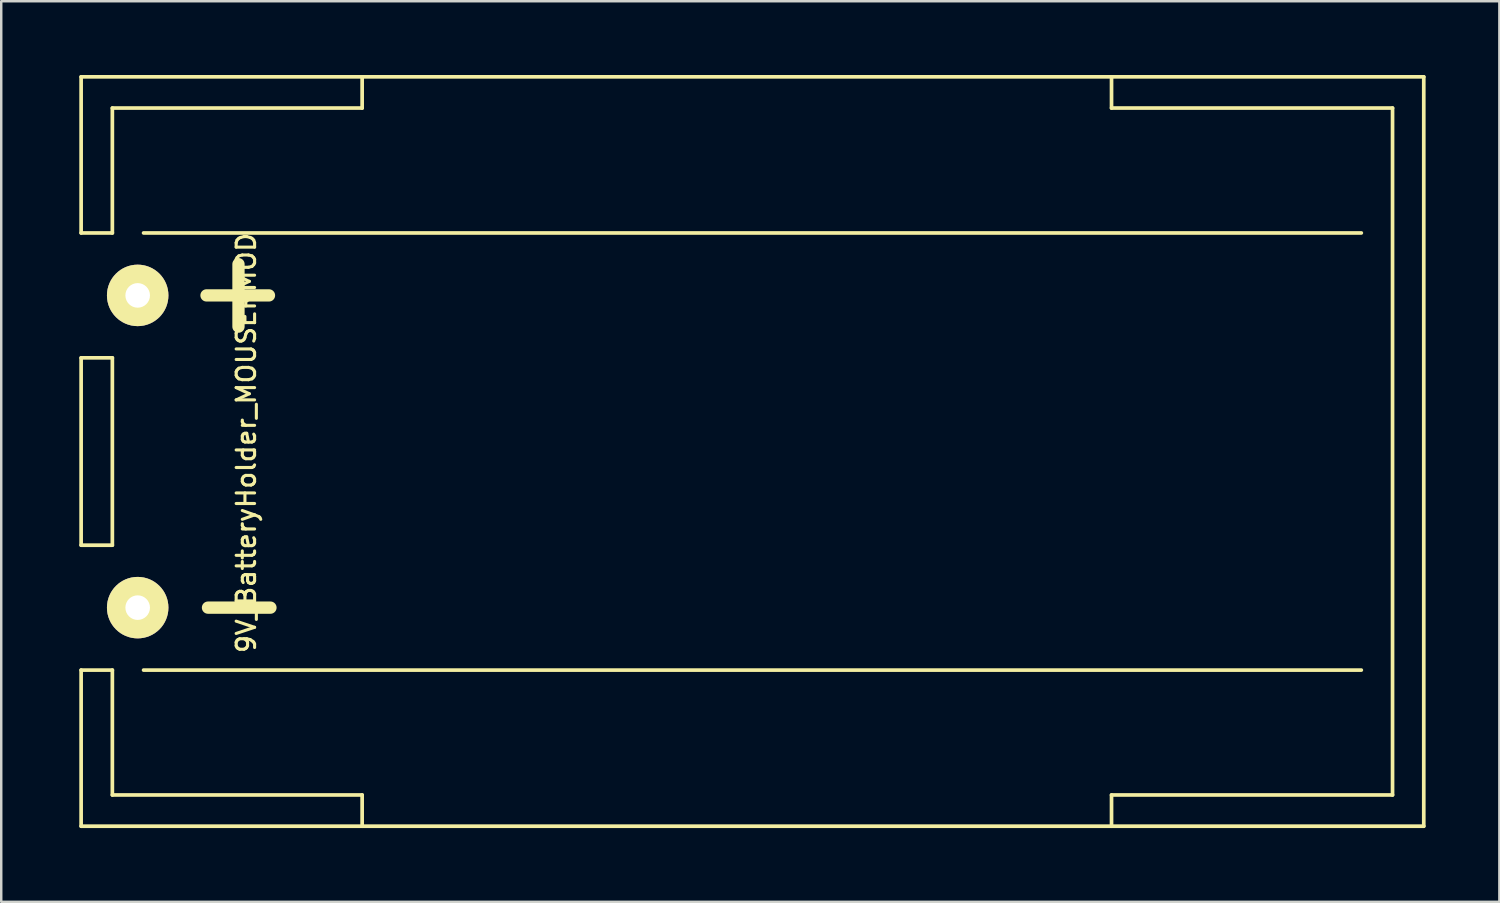
<source format=kicad_pcb>
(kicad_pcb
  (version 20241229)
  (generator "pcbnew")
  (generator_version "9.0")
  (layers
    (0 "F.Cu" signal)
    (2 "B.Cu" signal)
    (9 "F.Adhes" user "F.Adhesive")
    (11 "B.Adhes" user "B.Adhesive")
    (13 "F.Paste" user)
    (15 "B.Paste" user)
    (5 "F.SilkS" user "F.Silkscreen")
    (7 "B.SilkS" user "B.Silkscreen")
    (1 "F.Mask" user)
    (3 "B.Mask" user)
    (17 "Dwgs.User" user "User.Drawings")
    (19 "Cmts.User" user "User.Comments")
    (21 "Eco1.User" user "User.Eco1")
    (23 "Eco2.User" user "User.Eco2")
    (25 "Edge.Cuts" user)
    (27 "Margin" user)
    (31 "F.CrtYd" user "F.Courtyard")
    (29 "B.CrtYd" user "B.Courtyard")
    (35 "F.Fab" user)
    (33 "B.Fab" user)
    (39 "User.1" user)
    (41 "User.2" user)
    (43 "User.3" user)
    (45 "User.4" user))
  (footprint "9V_BatteryHolder_MOUSERMOD"
    (layer "F.Cu")
    (at 0.25 8.965)
    (property "Reference" "9V_BatteryHolder_MOUSERMOD" (at 6.715 6 90) (layer "F.SilkS") (effects (font (size 0.75 0.75) (thickness 0.125))))
    (attr through_hole)
    (fp_line (start 0 -8.89) (end 0 -2.54) (stroke (width 0.15) (type solid)) (layer "F.SilkS"))
    (fp_line (start 0 -8.89) (end 54.61 -8.89) (stroke (width 0.15) (type solid)) (layer "F.SilkS"))
    (fp_line (start 0 -2.54) (end 1.27 -2.54) (stroke (width 0.15) (type solid)) (layer "F.SilkS"))
    (fp_line (start 0 2.54) (end 0 10.16) (stroke (width 0.15) (type solid)) (layer "F.SilkS"))
    (fp_line (start 0 15.24) (end 0 21.59) (stroke (width 0.15) (type solid)) (layer "F.SilkS"))
    (fp_line (start 0 21.59) (end 54.61 21.59) (stroke (width 0.15) (type solid)) (layer "F.SilkS"))
    (fp_line (start 1.27 -7.62) (end 11.43 -7.62) (stroke (width 0.15) (type solid)) (layer "F.SilkS"))
    (fp_line (start 1.27 -2.54) (end 1.27 -7.62) (stroke (width 0.15) (type solid)) (layer "F.SilkS"))
    (fp_line (start 1.27 2.54) (end 0 2.54) (stroke (width 0.15) (type solid)) (layer "F.SilkS"))
    (fp_line (start 1.27 2.54) (end 1.27 10.16) (stroke (width 0.15) (type solid)) (layer "F.SilkS"))
    (fp_line (start 1.27 10.16) (end 0 10.16) (stroke (width 0.15) (type solid)) (layer "F.SilkS"))
    (fp_line (start 1.27 15.24) (end 0 15.24) (stroke (width 0.15) (type solid)) (layer "F.SilkS"))
    (fp_line (start 1.27 15.24) (end 1.27 20.32) (stroke (width 0.15) (type solid)) (layer "F.SilkS"))
    (fp_line (start 1.27 20.32) (end 11.43 20.32) (stroke (width 0.15) (type solid)) (layer "F.SilkS"))
    (fp_line (start 2.54 15.24) (end 52.07 15.24) (stroke (width 0.15) (type solid)) (layer "F.SilkS"))
    (fp_line (start 5.1 0) (end 7.64 0) (stroke (width 0.5) (type solid)) (layer "F.SilkS"))
    (fp_line (start 5.16 12.7) (end 7.7 12.7) (stroke (width 0.5) (type solid)) (layer "F.SilkS"))
    (fp_line (start 6.4 -1.27) (end 6.4 1.27) (stroke (width 0.5) (type solid)) (layer "F.SilkS"))
    (fp_line (start 11.43 -7.62) (end 11.43 -8.89) (stroke (width 0.15) (type solid)) (layer "F.SilkS"))
    (fp_line (start 11.43 20.32) (end 11.43 21.59) (stroke (width 0.15) (type solid)) (layer "F.SilkS"))
    (fp_line (start 41.91 -8.89) (end 41.91 -7.62) (stroke (width 0.15) (type solid)) (layer "F.SilkS"))
    (fp_line (start 41.91 -7.62) (end 53.34 -7.62) (stroke (width 0.15) (type solid)) (layer "F.SilkS"))
    (fp_line (start 41.91 20.32) (end 41.91 21.59) (stroke (width 0.15) (type solid)) (layer "F.SilkS"))
    (fp_line (start 52.07 -2.54) (end 2.54 -2.54) (stroke (width 0.15) (type solid)) (layer "F.SilkS"))
    (fp_line (start 53.34 -7.62) (end 53.34 20.32) (stroke (width 0.15) (type solid)) (layer "F.SilkS"))
    (fp_line (start 53.34 20.32) (end 41.91 20.32) (stroke (width 0.15) (type solid)) (layer "F.SilkS"))
    (fp_line (start 54.61 21.59) (end 54.61 -8.89) (stroke (width 0.15) (type solid)) (layer "F.SilkS"))
    (pad "+" thru_hole circle (at 2.3 0) (size 2.5 2.5) (drill 1) (layers "*.Cu" "*.Mask" "F.SilkS"))
    (pad "-" thru_hole circle (at 2.3 12.7) (size 2.5 2.5) (drill 1) (layers "*.Cu" "*.Mask" "F.SilkS")))
  (gr_rect
    (start -3 -3)
    (end 57.935 33.63)
    (stroke (width 0.1) (type default))
    (fill no)
    (layer "Edge.Cuts")))
</source>
